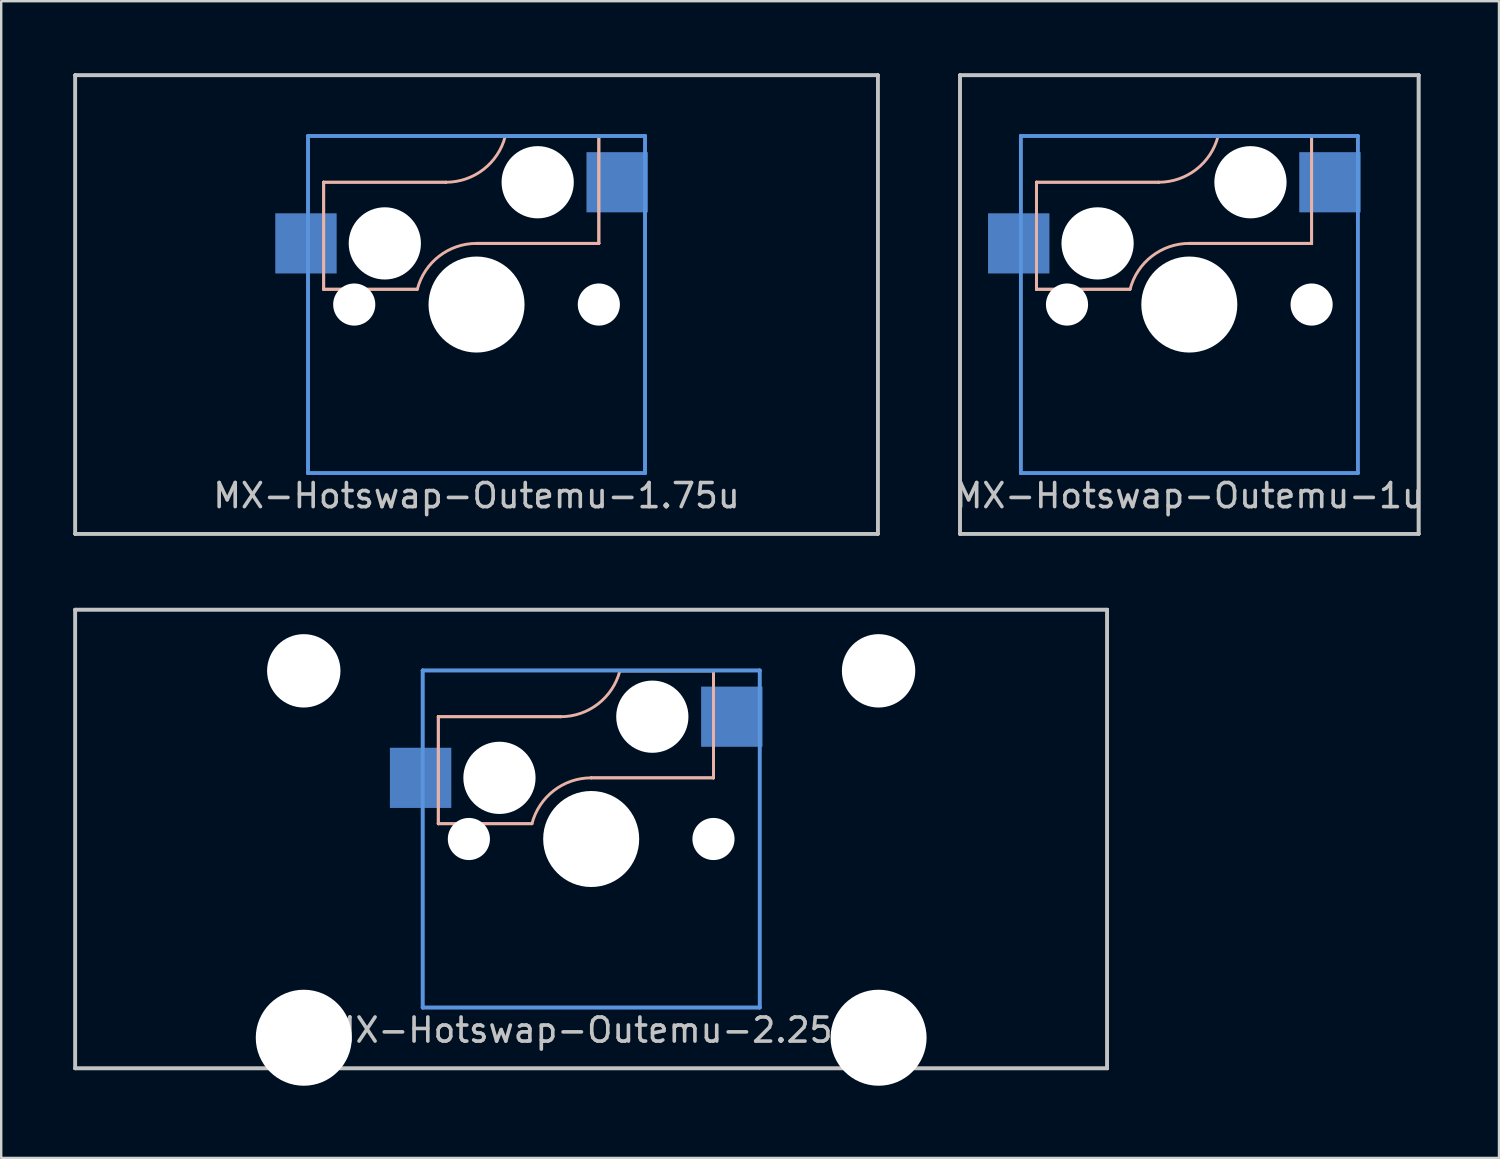
<source format=kicad_pcb>
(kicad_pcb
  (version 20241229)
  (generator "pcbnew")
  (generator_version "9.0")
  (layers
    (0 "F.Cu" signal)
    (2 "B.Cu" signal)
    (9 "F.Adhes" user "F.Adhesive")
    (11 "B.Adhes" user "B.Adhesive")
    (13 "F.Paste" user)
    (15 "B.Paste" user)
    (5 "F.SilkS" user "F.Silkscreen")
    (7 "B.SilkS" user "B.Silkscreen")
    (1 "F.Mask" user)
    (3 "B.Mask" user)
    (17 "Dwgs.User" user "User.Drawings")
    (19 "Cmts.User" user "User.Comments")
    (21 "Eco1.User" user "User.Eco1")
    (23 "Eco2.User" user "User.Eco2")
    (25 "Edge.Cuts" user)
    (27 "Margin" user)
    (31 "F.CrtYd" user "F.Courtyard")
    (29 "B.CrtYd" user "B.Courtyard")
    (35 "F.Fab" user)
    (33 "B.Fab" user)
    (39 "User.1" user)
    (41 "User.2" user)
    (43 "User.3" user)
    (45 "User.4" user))
  (footprint "MX-Hotswap-Outemu-1.75u"
    (layer "F.Cu")
    (at 16.744 9.6)
    (property "Reference" "MX-Hotswap-Outemu-1.75u" (at 0 7.938 0) (layer "Dwgs.User") (effects (font (size 1 1) (thickness 0.15))))
    (attr through_hole)
    (fp_line (start -6.35 -5.08) (end -6.35 -5.08) (stroke (width 0.12) (type solid)) (layer "B.SilkS"))
    (fp_line (start -6.35 -5.08) (end -6.35 -5.08) (stroke (width 0.12) (type solid)) (layer "B.SilkS"))
    (fp_line (start -6.35 -5.08) (end -6.35 -0.635) (stroke (width 0.12) (type solid)) (layer "B.SilkS"))
    (fp_line (start -6.35 -5.08) (end -1.27 -5.08) (stroke (width 0.12) (type solid)) (layer "B.SilkS"))
    (fp_line (start -6.35 -0.635) (end -6.35 -5.08) (stroke (width 0.12) (type solid)) (layer "B.SilkS"))
    (fp_line (start -6.35 -0.635) (end -6.35 -0.635) (stroke (width 0.12) (type solid)) (layer "B.SilkS"))
    (fp_line (start -6.35 -0.635) (end -6.35 -0.635) (stroke (width 0.12) (type solid)) (layer "B.SilkS"))
    (fp_line (start -6.35 -0.635) (end -2.464 -0.635) (stroke (width 0.12) (type solid)) (layer "B.SilkS"))
    (fp_line (start -2.464 -0.635) (end -6.35 -0.635) (stroke (width 0.12) (type solid)) (layer "B.SilkS"))
    (fp_line (start -2.464 -0.635) (end -2.464 -0.635) (stroke (width 0.12) (type solid)) (layer "B.SilkS"))
    (fp_line (start -1.27 -5.08) (end -6.35 -5.08) (stroke (width 0.12) (type solid)) (layer "B.SilkS"))
    (fp_line (start -1.27 -5.08) (end -1.27 -5.08) (stroke (width 0.12) (type solid)) (layer "B.SilkS"))
    (fp_line (start 0 -2.54) (end 0 -2.54) (stroke (width 0.12) (type solid)) (layer "B.SilkS"))
    (fp_line (start 0 -2.54) (end 5.08 -2.54) (stroke (width 0.12) (type solid)) (layer "B.SilkS"))
    (fp_line (start 1.194 -6.985) (end 1.194 -6.985) (stroke (width 0.12) (type solid)) (layer "B.SilkS"))
    (fp_line (start 1.194 -6.985) (end 5.08 -6.985) (stroke (width 0.12) (type solid)) (layer "B.SilkS"))
    (fp_line (start 5.08 -6.985) (end 1.194 -6.985) (stroke (width 0.12) (type solid)) (layer "B.SilkS"))
    (fp_line (start 5.08 -6.985) (end 5.08 -6.985) (stroke (width 0.12) (type solid)) (layer "B.SilkS"))
    (fp_line (start 5.08 -6.985) (end 5.08 -6.985) (stroke (width 0.12) (type solid)) (layer "B.SilkS"))
    (fp_line (start 5.08 -6.985) (end 5.08 -2.54) (stroke (width 0.12) (type solid)) (layer "B.SilkS"))
    (fp_line (start 5.08 -2.54) (end 0 -2.54) (stroke (width 0.12) (type solid)) (layer "B.SilkS"))
    (fp_line (start 5.08 -2.54) (end 5.08 -6.985) (stroke (width 0.12) (type solid)) (layer "B.SilkS"))
    (fp_line (start 5.08 -2.54) (end 5.08 -2.54) (stroke (width 0.12) (type solid)) (layer "B.SilkS"))
    (fp_line (start 5.08 -2.54) (end 5.08 -2.54) (stroke (width 0.12) (type solid)) (layer "B.SilkS"))
    (fp_arc (start -2.457981 -0.640256) (mid -1.553279 -2.009707) (end 0 -2.54) (stroke (width 0.12) (type solid)) (layer "B.SilkS"))
    (fp_arc (start 1.191368 -6.982362) (mid 0.285419 -5.611023) (end -1.27 -5.08) (stroke (width 0.12) (type solid)) (layer "B.SilkS"))
    (fp_line (start -16.669 -9.525) (end -16.669 -9.525) (stroke (width 0.15) (type solid)) (layer "Dwgs.User"))
    (fp_line (start -16.669 -9.525) (end -16.669 -9.525) (stroke (width 0.15) (type solid)) (layer "Dwgs.User"))
    (fp_line (start -16.669 -9.525) (end -16.669 9.525) (stroke (width 0.15) (type solid)) (layer "Dwgs.User"))
    (fp_line (start -16.669 -9.525) (end 16.669 -9.525) (stroke (width 0.15) (type solid)) (layer "Dwgs.User"))
    (fp_line (start -16.669 9.525) (end -16.669 -9.525) (stroke (width 0.15) (type solid)) (layer "Dwgs.User"))
    (fp_line (start -16.669 9.525) (end -16.669 9.525) (stroke (width 0.15) (type solid)) (layer "Dwgs.User"))
    (fp_line (start -16.669 9.525) (end -16.669 9.525) (stroke (width 0.15) (type solid)) (layer "Dwgs.User"))
    (fp_line (start -16.669 9.525) (end 16.669 9.525) (stroke (width 0.15) (type solid)) (layer "Dwgs.User"))
    (fp_line (start 16.669 -9.525) (end -16.669 -9.525) (stroke (width 0.15) (type solid)) (layer "Dwgs.User"))
    (fp_line (start 16.669 -9.525) (end 16.669 -9.525) (stroke (width 0.15) (type solid)) (layer "Dwgs.User"))
    (fp_line (start 16.669 -9.525) (end 16.669 -9.525) (stroke (width 0.15) (type solid)) (layer "Dwgs.User"))
    (fp_line (start 16.669 -9.525) (end 16.669 9.525) (stroke (width 0.15) (type solid)) (layer "Dwgs.User"))
    (fp_line (start 16.669 9.525) (end -16.669 9.525) (stroke (width 0.15) (type solid)) (layer "Dwgs.User"))
    (fp_line (start 16.669 9.525) (end 16.669 -9.525) (stroke (width 0.15) (type solid)) (layer "Dwgs.User"))
    (fp_line (start 16.669 9.525) (end 16.669 9.525) (stroke (width 0.15) (type solid)) (layer "Dwgs.User"))
    (fp_line (start 16.669 9.525) (end 16.669 9.525) (stroke (width 0.15) (type solid)) (layer "Dwgs.User"))
    (fp_line (start -7 -7) (end -7 -7) (stroke (width 0.15) (type solid)) (layer "Cmts.User"))
    (fp_line (start -7 -7) (end -7 -7) (stroke (width 0.15) (type solid)) (layer "Cmts.User"))
    (fp_line (start -7 -7) (end -7 7) (stroke (width 0.15) (type solid)) (layer "Cmts.User"))
    (fp_line (start -7 -7) (end 7 -7) (stroke (width 0.15) (type solid)) (layer "Cmts.User"))
    (fp_line (start -7 7) (end -7 -7) (stroke (width 0.15) (type solid)) (layer "Cmts.User"))
    (fp_line (start -7 7) (end -7 7) (stroke (width 0.15) (type solid)) (layer "Cmts.User"))
    (fp_line (start -7 7) (end -7 7) (stroke (width 0.15) (type solid)) (layer "Cmts.User"))
    (fp_line (start -7 7) (end 7 7) (stroke (width 0.15) (type solid)) (layer "Cmts.User"))
    (fp_line (start 7 -7) (end -7 -7) (stroke (width 0.15) (type solid)) (layer "Cmts.User"))
    (fp_line (start 7 -7) (end 7 -7) (stroke (width 0.15) (type solid)) (layer "Cmts.User"))
    (fp_line (start 7 -7) (end 7 -7) (stroke (width 0.15) (type solid)) (layer "Cmts.User"))
    (fp_line (start 7 -7) (end 7 7) (stroke (width 0.15) (type solid)) (layer "Cmts.User"))
    (fp_line (start 7 7) (end -7 7) (stroke (width 0.15) (type solid)) (layer "Cmts.User"))
    (fp_line (start 7 7) (end 7 -7) (stroke (width 0.15) (type solid)) (layer "Cmts.User"))
    (fp_line (start 7 7) (end 7 7) (stroke (width 0.15) (type solid)) (layer "Cmts.User"))
    (fp_line (start 7 7) (end 7 7) (stroke (width 0.15) (type solid)) (layer "Cmts.User"))
    (pad "" np_thru_hole circle (at -5.08 0) (size 1.75 1.75) (drill 1.75) (layers "*.Cu" "*.Mask"))
    (pad "" np_thru_hole circle (at -3.81 -2.54) (size 3 3) (drill 3) (layers "*.Cu" "*.Mask"))
    (pad "" np_thru_hole circle (at 0 0) (size 3.988 3.988) (drill 3.988) (layers "*.Cu" "*.Mask"))
    (pad "" np_thru_hole circle (at 2.54 -5.08) (size 3 3) (drill 3) (layers "*.Cu" "*.Mask"))
    (pad "" np_thru_hole circle (at 5.08 0) (size 1.75 1.75) (drill 1.75) (layers "*.Cu" "*.Mask"))
    (pad "1" smd rect (at -7.085 -2.54) (size 2.55 2.5) (layers "B.Cu" "B.Mask" "B.Paste"))
    (pad "2" smd rect (at 5.842 -5.08) (size 2.55 2.5) (layers "B.Cu" "B.Mask" "B.Paste")))
  (footprint "MX-Hotswap-Outemu-2.25u"
    (layer "F.Cu")
    (at 21.506 31.8)
    (property "Reference" "MX-Hotswap-Outemu-2.25u" (at 0 7.938 0) (layer "Dwgs.User") (effects (font (size 1 1) (thickness 0.15))))
    (attr through_hole)
    (fp_line (start -6.35 -5.08) (end -6.35 -5.08) (stroke (width 0.12) (type solid)) (layer "B.SilkS"))
    (fp_line (start -6.35 -5.08) (end -6.35 -5.08) (stroke (width 0.12) (type solid)) (layer "B.SilkS"))
    (fp_line (start -6.35 -5.08) (end -6.35 -0.635) (stroke (width 0.12) (type solid)) (layer "B.SilkS"))
    (fp_line (start -6.35 -5.08) (end -1.27 -5.08) (stroke (width 0.12) (type solid)) (layer "B.SilkS"))
    (fp_line (start -6.35 -0.635) (end -6.35 -5.08) (stroke (width 0.12) (type solid)) (layer "B.SilkS"))
    (fp_line (start -6.35 -0.635) (end -6.35 -0.635) (stroke (width 0.12) (type solid)) (layer "B.SilkS"))
    (fp_line (start -6.35 -0.635) (end -6.35 -0.635) (stroke (width 0.12) (type solid)) (layer "B.SilkS"))
    (fp_line (start -6.35 -0.635) (end -2.464 -0.635) (stroke (width 0.12) (type solid)) (layer "B.SilkS"))
    (fp_line (start -2.464 -0.635) (end -6.35 -0.635) (stroke (width 0.12) (type solid)) (layer "B.SilkS"))
    (fp_line (start -2.464 -0.635) (end -2.464 -0.635) (stroke (width 0.12) (type solid)) (layer "B.SilkS"))
    (fp_line (start -1.27 -5.08) (end -6.35 -5.08) (stroke (width 0.12) (type solid)) (layer "B.SilkS"))
    (fp_line (start -1.27 -5.08) (end -1.27 -5.08) (stroke (width 0.12) (type solid)) (layer "B.SilkS"))
    (fp_line (start 0 -2.54) (end 0 -2.54) (stroke (width 0.12) (type solid)) (layer "B.SilkS"))
    (fp_line (start 0 -2.54) (end 5.08 -2.54) (stroke (width 0.12) (type solid)) (layer "B.SilkS"))
    (fp_line (start 1.194 -6.985) (end 1.194 -6.985) (stroke (width 0.12) (type solid)) (layer "B.SilkS"))
    (fp_line (start 1.194 -6.985) (end 5.08 -6.985) (stroke (width 0.12) (type solid)) (layer "B.SilkS"))
    (fp_line (start 5.08 -6.985) (end 1.194 -6.985) (stroke (width 0.12) (type solid)) (layer "B.SilkS"))
    (fp_line (start 5.08 -6.985) (end 5.08 -6.985) (stroke (width 0.12) (type solid)) (layer "B.SilkS"))
    (fp_line (start 5.08 -6.985) (end 5.08 -6.985) (stroke (width 0.12) (type solid)) (layer "B.SilkS"))
    (fp_line (start 5.08 -6.985) (end 5.08 -2.54) (stroke (width 0.12) (type solid)) (layer "B.SilkS"))
    (fp_line (start 5.08 -2.54) (end 0 -2.54) (stroke (width 0.12) (type solid)) (layer "B.SilkS"))
    (fp_line (start 5.08 -2.54) (end 5.08 -6.985) (stroke (width 0.12) (type solid)) (layer "B.SilkS"))
    (fp_line (start 5.08 -2.54) (end 5.08 -2.54) (stroke (width 0.12) (type solid)) (layer "B.SilkS"))
    (fp_line (start 5.08 -2.54) (end 5.08 -2.54) (stroke (width 0.12) (type solid)) (layer "B.SilkS"))
    (fp_arc (start -2.457981 -0.640256) (mid -1.553279 -2.009707) (end 0 -2.54) (stroke (width 0.12) (type solid)) (layer "B.SilkS"))
    (fp_arc (start 1.191368 -6.982362) (mid 0.285419 -5.611023) (end -1.27 -5.08) (stroke (width 0.12) (type solid)) (layer "B.SilkS"))
    (fp_line (start -21.431 -9.525) (end -21.431 -9.525) (stroke (width 0.15) (type solid)) (layer "Dwgs.User"))
    (fp_line (start -21.431 -9.525) (end -21.431 -9.525) (stroke (width 0.15) (type solid)) (layer "Dwgs.User"))
    (fp_line (start -21.431 -9.525) (end -21.431 9.525) (stroke (width 0.15) (type solid)) (layer "Dwgs.User"))
    (fp_line (start -21.431 -9.525) (end 21.431 -9.525) (stroke (width 0.15) (type solid)) (layer "Dwgs.User"))
    (fp_line (start -21.431 9.525) (end -21.431 -9.525) (stroke (width 0.15) (type solid)) (layer "Dwgs.User"))
    (fp_line (start -21.431 9.525) (end -21.431 9.525) (stroke (width 0.15) (type solid)) (layer "Dwgs.User"))
    (fp_line (start -21.431 9.525) (end -21.431 9.525) (stroke (width 0.15) (type solid)) (layer "Dwgs.User"))
    (fp_line (start -21.431 9.525) (end 21.431 9.525) (stroke (width 0.15) (type solid)) (layer "Dwgs.User"))
    (fp_line (start 21.431 -9.525) (end -21.431 -9.525) (stroke (width 0.15) (type solid)) (layer "Dwgs.User"))
    (fp_line (start 21.431 -9.525) (end 21.431 -9.525) (stroke (width 0.15) (type solid)) (layer "Dwgs.User"))
    (fp_line (start 21.431 -9.525) (end 21.431 -9.525) (stroke (width 0.15) (type solid)) (layer "Dwgs.User"))
    (fp_line (start 21.431 -9.525) (end 21.431 9.525) (stroke (width 0.15) (type solid)) (layer "Dwgs.User"))
    (fp_line (start 21.431 9.525) (end -21.431 9.525) (stroke (width 0.15) (type solid)) (layer "Dwgs.User"))
    (fp_line (start 21.431 9.525) (end 21.431 -9.525) (stroke (width 0.15) (type solid)) (layer "Dwgs.User"))
    (fp_line (start 21.431 9.525) (end 21.431 9.525) (stroke (width 0.15) (type solid)) (layer "Dwgs.User"))
    (fp_line (start 21.431 9.525) (end 21.431 9.525) (stroke (width 0.15) (type solid)) (layer "Dwgs.User"))
    (fp_line (start -7 -7) (end -7 -7) (stroke (width 0.15) (type solid)) (layer "Cmts.User"))
    (fp_line (start -7 -7) (end -7 -7) (stroke (width 0.15) (type solid)) (layer "Cmts.User"))
    (fp_line (start -7 -7) (end -7 7) (stroke (width 0.15) (type solid)) (layer "Cmts.User"))
    (fp_line (start -7 -7) (end 7 -7) (stroke (width 0.15) (type solid)) (layer "Cmts.User"))
    (fp_line (start -7 7) (end -7 -7) (stroke (width 0.15) (type solid)) (layer "Cmts.User"))
    (fp_line (start -7 7) (end -7 7) (stroke (width 0.15) (type solid)) (layer "Cmts.User"))
    (fp_line (start -7 7) (end -7 7) (stroke (width 0.15) (type solid)) (layer "Cmts.User"))
    (fp_line (start -7 7) (end 7 7) (stroke (width 0.15) (type solid)) (layer "Cmts.User"))
    (fp_line (start 7 -7) (end -7 -7) (stroke (width 0.15) (type solid)) (layer "Cmts.User"))
    (fp_line (start 7 -7) (end 7 -7) (stroke (width 0.15) (type solid)) (layer "Cmts.User"))
    (fp_line (start 7 -7) (end 7 -7) (stroke (width 0.15) (type solid)) (layer "Cmts.User"))
    (fp_line (start 7 -7) (end 7 7) (stroke (width 0.15) (type solid)) (layer "Cmts.User"))
    (fp_line (start 7 7) (end -7 7) (stroke (width 0.15) (type solid)) (layer "Cmts.User"))
    (fp_line (start 7 7) (end 7 -7) (stroke (width 0.15) (type solid)) (layer "Cmts.User"))
    (fp_line (start 7 7) (end 7 7) (stroke (width 0.15) (type solid)) (layer "Cmts.User"))
    (fp_line (start 7 7) (end 7 7) (stroke (width 0.15) (type solid)) (layer "Cmts.User"))
    (pad "" np_thru_hole circle (at -11.938 -6.985) (size 3.048 3.048) (drill 3.048) (layers "*.Cu" "*.Mask"))
    (pad "" np_thru_hole circle (at -11.938 8.255) (size 3.988 3.988) (drill 3.988) (layers "*.Cu" "*.Mask"))
    (pad "" np_thru_hole circle (at -5.08 0) (size 1.75 1.75) (drill 1.75) (layers "*.Cu" "*.Mask"))
    (pad "" np_thru_hole circle (at -3.81 -2.54) (size 3 3) (drill 3) (layers "*.Cu" "*.Mask"))
    (pad "" np_thru_hole circle (at 0 0) (size 3.988 3.988) (drill 3.988) (layers "*.Cu" "*.Mask"))
    (pad "" np_thru_hole circle (at 2.54 -5.08) (size 3 3) (drill 3) (layers "*.Cu" "*.Mask"))
    (pad "" np_thru_hole circle (at 5.08 0) (size 1.75 1.75) (drill 1.75) (layers "*.Cu" "*.Mask"))
    (pad "" np_thru_hole circle (at 11.938 -6.985) (size 3.048 3.048) (drill 3.048) (layers "*.Cu" "*.Mask"))
    (pad "" np_thru_hole circle (at 11.938 8.255) (size 3.988 3.988) (drill 3.988) (layers "*.Cu" "*.Mask"))
    (pad "1" smd rect (at -7.085 -2.54) (size 2.55 2.5) (layers "B.Cu" "B.Mask" "B.Paste"))
    (pad "2" smd rect (at 5.842 -5.08) (size 2.55 2.5) (layers "B.Cu" "B.Mask" "B.Paste")))
  (footprint "MX-Hotswap-Outemu-1u"
    (layer "F.Cu")
    (at 46.351 9.6)
    (property "Reference" "MX-Hotswap-Outemu-1u" (at 0 7.938 0) (layer "Dwgs.User") (effects (font (size 1 1) (thickness 0.15))))
    (attr through_hole)
    (fp_line (start -6.35 -5.08) (end -6.35 -5.08) (stroke (width 0.12) (type solid)) (layer "B.SilkS"))
    (fp_line (start -6.35 -5.08) (end -6.35 -5.08) (stroke (width 0.12) (type solid)) (layer "B.SilkS"))
    (fp_line (start -6.35 -5.08) (end -6.35 -0.635) (stroke (width 0.12) (type solid)) (layer "B.SilkS"))
    (fp_line (start -6.35 -5.08) (end -1.27 -5.08) (stroke (width 0.12) (type solid)) (layer "B.SilkS"))
    (fp_line (start -6.35 -0.635) (end -6.35 -5.08) (stroke (width 0.12) (type solid)) (layer "B.SilkS"))
    (fp_line (start -6.35 -0.635) (end -6.35 -0.635) (stroke (width 0.12) (type solid)) (layer "B.SilkS"))
    (fp_line (start -6.35 -0.635) (end -6.35 -0.635) (stroke (width 0.12) (type solid)) (layer "B.SilkS"))
    (fp_line (start -6.35 -0.635) (end -2.464 -0.635) (stroke (width 0.12) (type solid)) (layer "B.SilkS"))
    (fp_line (start -2.464 -0.635) (end -6.35 -0.635) (stroke (width 0.12) (type solid)) (layer "B.SilkS"))
    (fp_line (start -2.464 -0.635) (end -2.464 -0.635) (stroke (width 0.12) (type solid)) (layer "B.SilkS"))
    (fp_line (start -1.27 -5.08) (end -6.35 -5.08) (stroke (width 0.12) (type solid)) (layer "B.SilkS"))
    (fp_line (start -1.27 -5.08) (end -1.27 -5.08) (stroke (width 0.12) (type solid)) (layer "B.SilkS"))
    (fp_line (start 0 -2.54) (end 0 -2.54) (stroke (width 0.12) (type solid)) (layer "B.SilkS"))
    (fp_line (start 0 -2.54) (end 5.08 -2.54) (stroke (width 0.12) (type solid)) (layer "B.SilkS"))
    (fp_line (start 1.194 -6.985) (end 1.194 -6.985) (stroke (width 0.12) (type solid)) (layer "B.SilkS"))
    (fp_line (start 1.194 -6.985) (end 5.08 -6.985) (stroke (width 0.12) (type solid)) (layer "B.SilkS"))
    (fp_line (start 5.08 -6.985) (end 1.194 -6.985) (stroke (width 0.12) (type solid)) (layer "B.SilkS"))
    (fp_line (start 5.08 -6.985) (end 5.08 -6.985) (stroke (width 0.12) (type solid)) (layer "B.SilkS"))
    (fp_line (start 5.08 -6.985) (end 5.08 -6.985) (stroke (width 0.12) (type solid)) (layer "B.SilkS"))
    (fp_line (start 5.08 -6.985) (end 5.08 -2.54) (stroke (width 0.12) (type solid)) (layer "B.SilkS"))
    (fp_line (start 5.08 -2.54) (end 0 -2.54) (stroke (width 0.12) (type solid)) (layer "B.SilkS"))
    (fp_line (start 5.08 -2.54) (end 5.08 -6.985) (stroke (width 0.12) (type solid)) (layer "B.SilkS"))
    (fp_line (start 5.08 -2.54) (end 5.08 -2.54) (stroke (width 0.12) (type solid)) (layer "B.SilkS"))
    (fp_line (start 5.08 -2.54) (end 5.08 -2.54) (stroke (width 0.12) (type solid)) (layer "B.SilkS"))
    (fp_arc (start -2.457981 -0.640256) (mid -1.553279 -2.009707) (end 0 -2.54) (stroke (width 0.12) (type solid)) (layer "B.SilkS"))
    (fp_arc (start 1.191368 -6.982362) (mid 0.285419 -5.611023) (end -1.27 -5.08) (stroke (width 0.12) (type solid)) (layer "B.SilkS"))
    (fp_line (start -9.525 -9.525) (end -9.525 -9.525) (stroke (width 0.15) (type solid)) (layer "Dwgs.User"))
    (fp_line (start -9.525 -9.525) (end -9.525 -9.525) (stroke (width 0.15) (type solid)) (layer "Dwgs.User"))
    (fp_line (start -9.525 -9.525) (end -9.525 9.525) (stroke (width 0.15) (type solid)) (layer "Dwgs.User"))
    (fp_line (start -9.525 -9.525) (end 9.525 -9.525) (stroke (width 0.15) (type solid)) (layer "Dwgs.User"))
    (fp_line (start -9.525 9.525) (end -9.525 -9.525) (stroke (width 0.15) (type solid)) (layer "Dwgs.User"))
    (fp_line (start -9.525 9.525) (end -9.525 9.525) (stroke (width 0.15) (type solid)) (layer "Dwgs.User"))
    (fp_line (start -9.525 9.525) (end -9.525 9.525) (stroke (width 0.15) (type solid)) (layer "Dwgs.User"))
    (fp_line (start -9.525 9.525) (end 9.525 9.525) (stroke (width 0.15) (type solid)) (layer "Dwgs.User"))
    (fp_line (start 9.525 -9.525) (end -9.525 -9.525) (stroke (width 0.15) (type solid)) (layer "Dwgs.User"))
    (fp_line (start 9.525 -9.525) (end 9.525 -9.525) (stroke (width 0.15) (type solid)) (layer "Dwgs.User"))
    (fp_line (start 9.525 -9.525) (end 9.525 -9.525) (stroke (width 0.15) (type solid)) (layer "Dwgs.User"))
    (fp_line (start 9.525 -9.525) (end 9.525 9.525) (stroke (width 0.15) (type solid)) (layer "Dwgs.User"))
    (fp_line (start 9.525 9.525) (end -9.525 9.525) (stroke (width 0.15) (type solid)) (layer "Dwgs.User"))
    (fp_line (start 9.525 9.525) (end 9.525 -9.525) (stroke (width 0.15) (type solid)) (layer "Dwgs.User"))
    (fp_line (start 9.525 9.525) (end 9.525 9.525) (stroke (width 0.15) (type solid)) (layer "Dwgs.User"))
    (fp_line (start 9.525 9.525) (end 9.525 9.525) (stroke (width 0.15) (type solid)) (layer "Dwgs.User"))
    (fp_line (start -7 -7) (end -7 -7) (stroke (width 0.15) (type solid)) (layer "Cmts.User"))
    (fp_line (start -7 -7) (end -7 -7) (stroke (width 0.15) (type solid)) (layer "Cmts.User"))
    (fp_line (start -7 -7) (end -7 7) (stroke (width 0.15) (type solid)) (layer "Cmts.User"))
    (fp_line (start -7 -7) (end 7 -7) (stroke (width 0.15) (type solid)) (layer "Cmts.User"))
    (fp_line (start -7 7) (end -7 -7) (stroke (width 0.15) (type solid)) (layer "Cmts.User"))
    (fp_line (start -7 7) (end -7 7) (stroke (width 0.15) (type solid)) (layer "Cmts.User"))
    (fp_line (start -7 7) (end -7 7) (stroke (width 0.15) (type solid)) (layer "Cmts.User"))
    (fp_line (start -7 7) (end 7 7) (stroke (width 0.15) (type solid)) (layer "Cmts.User"))
    (fp_line (start 7 -7) (end -7 -7) (stroke (width 0.15) (type solid)) (layer "Cmts.User"))
    (fp_line (start 7 -7) (end 7 -7) (stroke (width 0.15) (type solid)) (layer "Cmts.User"))
    (fp_line (start 7 -7) (end 7 -7) (stroke (width 0.15) (type solid)) (layer "Cmts.User"))
    (fp_line (start 7 -7) (end 7 7) (stroke (width 0.15) (type solid)) (layer "Cmts.User"))
    (fp_line (start 7 7) (end -7 7) (stroke (width 0.15) (type solid)) (layer "Cmts.User"))
    (fp_line (start 7 7) (end 7 -7) (stroke (width 0.15) (type solid)) (layer "Cmts.User"))
    (fp_line (start 7 7) (end 7 7) (stroke (width 0.15) (type solid)) (layer "Cmts.User"))
    (fp_line (start 7 7) (end 7 7) (stroke (width 0.15) (type solid)) (layer "Cmts.User"))
    (pad "" np_thru_hole circle (at -5.08 0) (size 1.75 1.75) (drill 1.75) (layers "*.Cu" "*.Mask"))
    (pad "" np_thru_hole circle (at -3.81 -2.54) (size 3 3) (drill 3) (layers "*.Cu" "*.Mask"))
    (pad "" np_thru_hole circle (at 0 0) (size 3.988 3.988) (drill 3.988) (layers "*.Cu" "*.Mask"))
    (pad "" np_thru_hole circle (at 2.54 -5.08) (size 3 3) (drill 3) (layers "*.Cu" "*.Mask"))
    (pad "" np_thru_hole circle (at 5.08 0) (size 1.75 1.75) (drill 1.75) (layers "*.Cu" "*.Mask"))
    (pad "1" smd rect (at -7.085 -2.54) (size 2.55 2.5) (layers "B.Cu" "B.Mask" "B.Paste"))
    (pad "2" smd rect (at 5.842 -5.08) (size 2.55 2.5) (layers "B.Cu" "B.Mask" "B.Paste")))
  (gr_rect
    (start -3 -3)
    (end 59.214 45.049)
    (stroke (width 0.1) (type default))
    (fill no)
    (layer "Edge.Cuts")))
</source>
